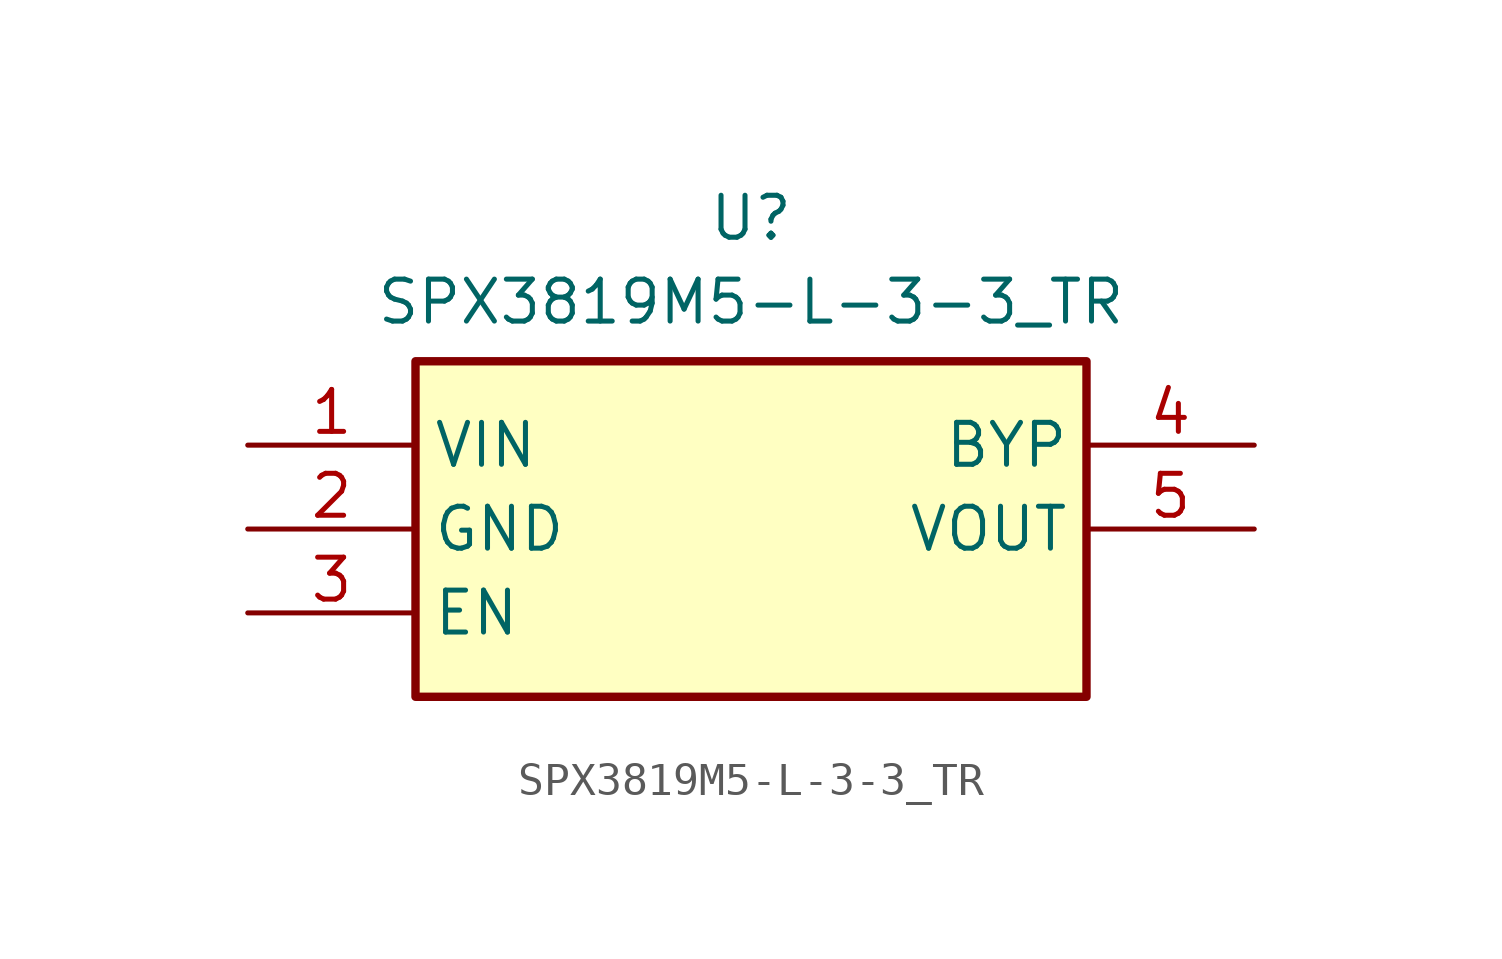
<source format=kicad_sym>
(kicad_symbol_lib
  (version 20241209)
  (generator "kicad_symbol_editor")
  (generator_version "9.0")
  (symbol "SPX3819M5-L-3-3_TR"
    (property "Reference" "U"
      (at 0 10.16 0)
      (effects (font (size 1.27 1.27)) (justify top)))
    (property "Value" "SPX3819M5-L-3-3_TR"
      (at 0 7.62 0)
      (effects (font (size 1.27 1.27)) (justify top)))
    (symbol "SPX3819M5-L-3-3_TR_1_1"
      (rectangle (start -10.16 5.08) (end 10.16 -5.08) (stroke (width 0.254) (type default)) (fill (type background)))
      (pin passive line (at -15.24 2.54 0) (length 5.08) (name "VIN" (effects (font (size 1.27 1.27)))) (number "1" (effects (font (size 1.27 1.27)))))
      (pin passive line (at -15.24 0 0) (length 5.08) (name "GND" (effects (font (size 1.27 1.27)))) (number "2" (effects (font (size 1.27 1.27)))))
      (pin passive line (at -15.24 -2.54 0) (length 5.08) (name "EN" (effects (font (size 1.27 1.27)))) (number "3" (effects (font (size 1.27 1.27)))))
      (pin passive line (at 15.24 2.54 180) (length 5.08) (name "BYP" (effects (font (size 1.27 1.27)))) (number "4" (effects (font (size 1.27 1.27)))))
      (pin passive line (at 15.24 0 180) (length 5.08) (name "VOUT" (effects (font (size 1.27 1.27)))) (number "5" (effects (font (size 1.27 1.27))))))))
</source>
